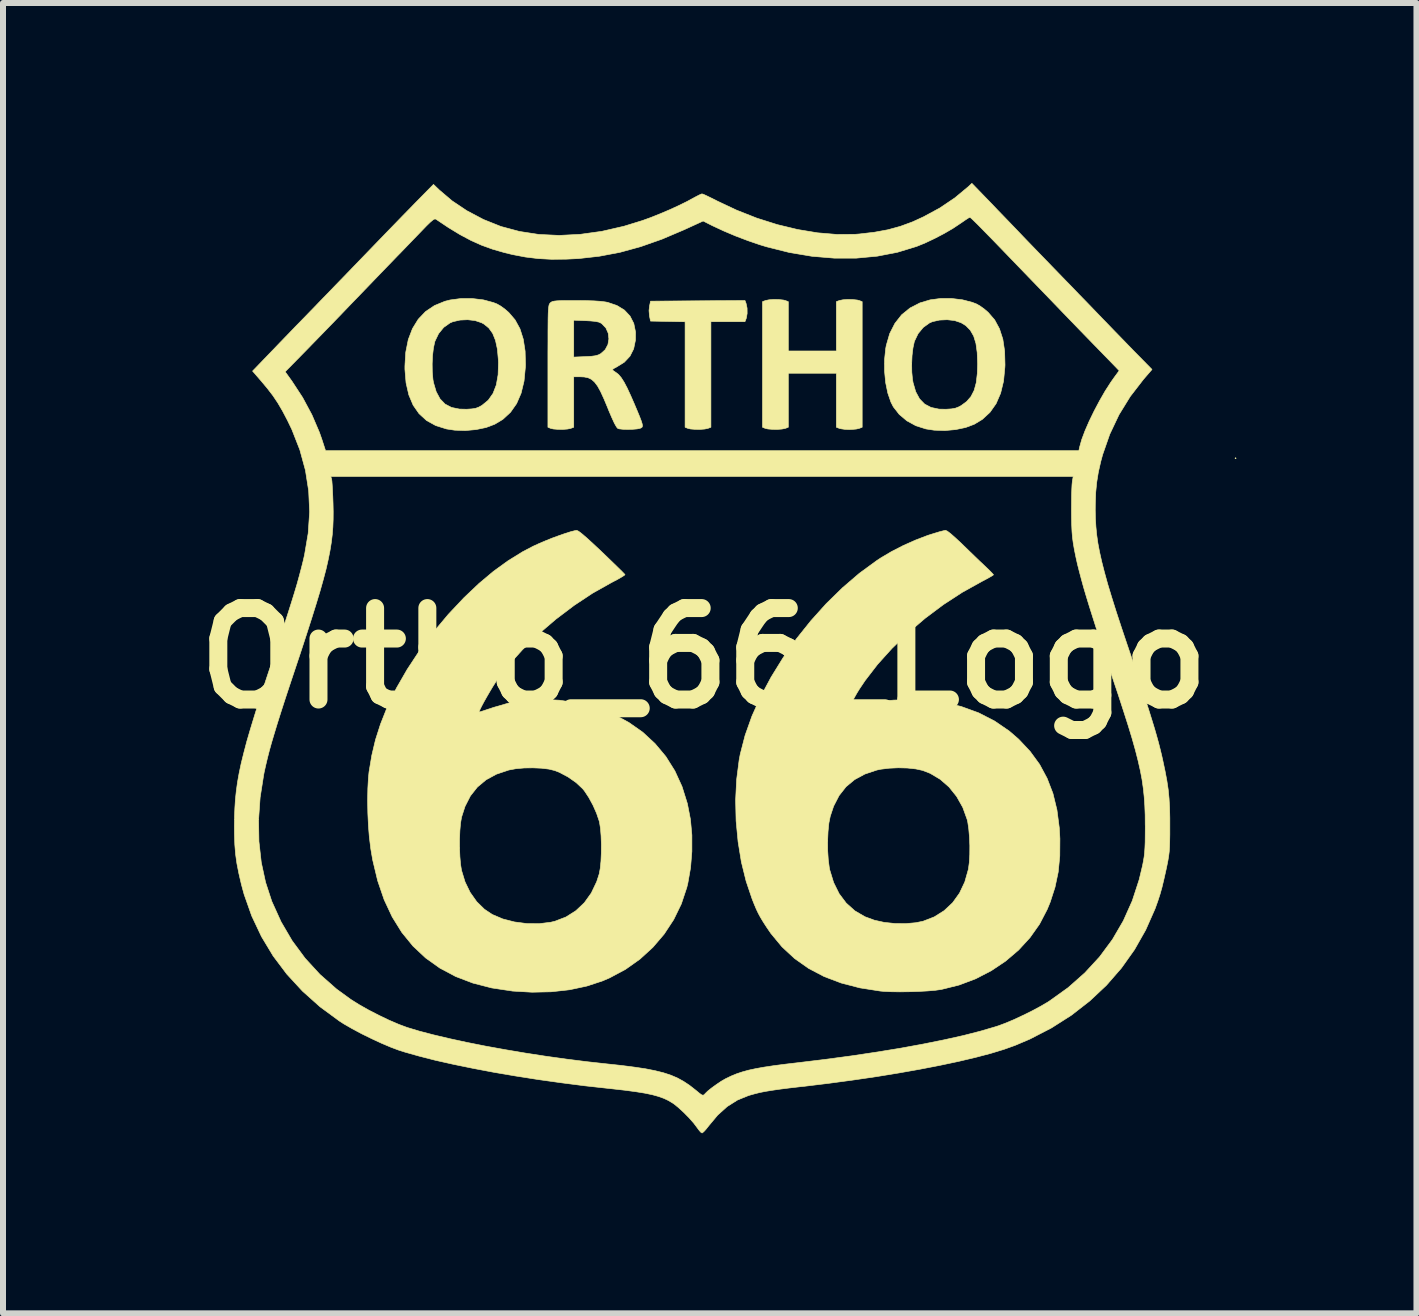
<source format=kicad_pcb>
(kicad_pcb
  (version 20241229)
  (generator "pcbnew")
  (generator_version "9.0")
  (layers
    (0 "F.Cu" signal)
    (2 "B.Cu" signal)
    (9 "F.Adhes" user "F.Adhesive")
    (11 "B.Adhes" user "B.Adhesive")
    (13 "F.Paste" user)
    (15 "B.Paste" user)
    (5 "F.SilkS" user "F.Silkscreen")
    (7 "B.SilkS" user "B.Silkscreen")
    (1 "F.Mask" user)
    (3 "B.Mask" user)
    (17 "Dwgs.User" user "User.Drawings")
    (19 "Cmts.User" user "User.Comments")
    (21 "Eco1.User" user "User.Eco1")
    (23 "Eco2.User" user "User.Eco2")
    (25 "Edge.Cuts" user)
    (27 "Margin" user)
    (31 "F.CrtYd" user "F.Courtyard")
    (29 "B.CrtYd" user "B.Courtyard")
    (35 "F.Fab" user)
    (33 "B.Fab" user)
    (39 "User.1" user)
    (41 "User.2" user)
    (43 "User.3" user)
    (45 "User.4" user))
  (footprint "Ortho_66_Logo"
    (layer "F.Cu")
    (at 8.68 7.918)
    (property "Reference" "Ortho_66_Logo" (at 0 0 0) (layer "F.SilkS") (effects (font (size 1.524 1.524) (thickness 0.3))))
    (attr through_hole)
    (fp_poly (pts (xy 8.87 -3.331) (xy 8.861 -3.322) (xy 8.851 -3.331) (xy 8.861 -3.341) (xy 8.87 -3.331)) (stroke (width 0.01) (type solid)) (fill yes) (layer "F.SilkS"))
    (fp_poly (pts (xy 0.704 -5.909) (xy 0.72 -5.833) (xy 0.721 -5.744) (xy 0.707 -5.665) (xy 0.704 -5.658) (xy 0.685 -5.608) (xy 0.117 -5.608) (xy 0.117 -3.848) (xy 0.067 -3.829) (xy 0.013 -3.818) (xy -0.064 -3.812) (xy -0.147 -3.813) (xy -0.222 -3.819) (xy -0.269 -3.83) (xy -0.313 -3.848) (xy -0.313 -5.606) (xy -0.889 -5.617) (xy -0.906 -5.7) (xy -0.914 -5.791) (xy -0.906 -5.866) (xy -0.889 -5.949) (xy -0.102 -5.955) (xy 0.685 -5.96) (xy 0.704 -5.909)) (stroke (width 0.01) (type solid)) (fill yes) (layer "F.SilkS"))
    (fp_poly (pts (xy 2.482 -5.976) (xy 2.556 -5.968) (xy 2.588 -5.96) (xy 2.638 -5.941) (xy 2.638 -3.848) (xy 2.588 -3.829) (xy 2.54 -3.818) (xy 2.472 -3.812) (xy 2.423 -3.81) (xy 2.35 -3.813) (xy 2.287 -3.822) (xy 2.258 -3.829) (xy 2.208 -3.848) (xy 2.208 -4.748) (xy 1.407 -4.748) (xy 1.407 -3.848) (xy 1.357 -3.829) (xy 1.302 -3.818) (xy 1.226 -3.812) (xy 1.142 -3.813) (xy 1.068 -3.819) (xy 1.021 -3.83) (xy 0.977 -3.848) (xy 0.977 -5.941) (xy 1.027 -5.96) (xy 1.086 -5.972) (xy 1.166 -5.978) (xy 1.251 -5.976) (xy 1.325 -5.968) (xy 1.357 -5.96) (xy 1.407 -5.941) (xy 1.407 -5.119) (xy 2.208 -5.119) (xy 2.208 -5.941) (xy 2.258 -5.96) (xy 2.317 -5.972) (xy 2.397 -5.978) (xy 2.482 -5.976)) (stroke (width 0.01) (type solid)) (fill yes) (layer "F.SilkS"))
    (fp_poly (pts (xy -3.676 -5.971) (xy -3.508 -5.926) (xy -3.449 -5.903) (xy -3.389 -5.869) (xy -3.318 -5.818) (xy -3.252 -5.761) (xy -3.146 -5.637) (xy -3.065 -5.489) (xy -3.01 -5.316) (xy -2.979 -5.116) (xy -2.973 -4.886) (xy -2.975 -4.847) (xy -2.997 -4.617) (xy -3.046 -4.415) (xy -3.121 -4.242) (xy -3.223 -4.097) (xy -3.351 -3.979) (xy -3.486 -3.898) (xy -3.629 -3.844) (xy -3.797 -3.809) (xy -3.975 -3.793) (xy -4.153 -3.799) (xy -4.291 -3.82) (xy -4.469 -3.876) (xy -4.621 -3.96) (xy -4.746 -4.074) (xy -4.845 -4.216) (xy -4.917 -4.387) (xy -4.963 -4.586) (xy -4.982 -4.814) (xy -4.982 -4.865) (xy -4.98 -4.904) (xy -4.528 -4.904) (xy -4.526 -4.766) (xy -4.515 -4.643) (xy -4.506 -4.592) (xy -4.461 -4.44) (xy -4.397 -4.321) (xy -4.313 -4.234) (xy -4.206 -4.178) (xy -4.074 -4.151) (xy -3.953 -4.148) (xy -3.865 -4.154) (xy -3.802 -4.164) (xy -3.75 -4.184) (xy -3.699 -4.212) (xy -3.594 -4.298) (xy -3.514 -4.411) (xy -3.459 -4.553) (xy -3.429 -4.723) (xy -3.423 -4.924) (xy -3.425 -4.971) (xy -3.441 -5.15) (xy -3.473 -5.297) (xy -3.52 -5.413) (xy -3.585 -5.503) (xy -3.67 -5.571) (xy -3.706 -5.59) (xy -3.813 -5.626) (xy -3.937 -5.64) (xy -4.065 -5.634) (xy -4.182 -5.607) (xy -4.23 -5.587) (xy -4.336 -5.512) (xy -4.421 -5.408) (xy -4.481 -5.283) (xy -4.485 -5.27) (xy -4.507 -5.168) (xy -4.522 -5.042) (xy -4.528 -4.904) (xy -4.98 -4.904) (xy -4.968 -5.099) (xy -4.926 -5.309) (xy -4.856 -5.492) (xy -4.76 -5.648) (xy -4.638 -5.776) (xy -4.489 -5.876) (xy -4.316 -5.947) (xy -4.23 -5.969) (xy -4.049 -5.993) (xy -3.86 -5.993) (xy -3.676 -5.971)) (stroke (width 0.01) (type solid)) (fill yes) (layer "F.SilkS"))
    (fp_poly (pts (xy 4.309 -5.972) (xy 4.474 -5.929) (xy 4.542 -5.903) (xy 4.602 -5.869) (xy 4.673 -5.818) (xy 4.739 -5.761) (xy 4.846 -5.637) (xy 4.926 -5.489) (xy 4.982 -5.316) (xy 5.012 -5.116) (xy 5.018 -4.886) (xy 5.016 -4.847) (xy 4.994 -4.617) (xy 4.945 -4.415) (xy 4.87 -4.242) (xy 4.768 -4.097) (xy 4.64 -3.979) (xy 4.506 -3.898) (xy 4.362 -3.844) (xy 4.195 -3.809) (xy 4.016 -3.793) (xy 3.838 -3.799) (xy 3.7 -3.82) (xy 3.533 -3.873) (xy 3.383 -3.955) (xy 3.256 -4.062) (xy 3.157 -4.189) (xy 3.117 -4.267) (xy 3.065 -4.418) (xy 3.029 -4.593) (xy 3.011 -4.783) (xy 3.011 -4.904) (xy 3.463 -4.904) (xy 3.465 -4.766) (xy 3.477 -4.643) (xy 3.486 -4.592) (xy 3.53 -4.44) (xy 3.594 -4.321) (xy 3.679 -4.234) (xy 3.786 -4.178) (xy 3.918 -4.15) (xy 4.036 -4.148) (xy 4.127 -4.154) (xy 4.193 -4.166) (xy 4.249 -4.188) (xy 4.286 -4.208) (xy 4.379 -4.276) (xy 4.451 -4.359) (xy 4.504 -4.462) (xy 4.539 -4.59) (xy 4.557 -4.746) (xy 4.562 -4.904) (xy 4.555 -5.091) (xy 4.534 -5.244) (xy 4.496 -5.368) (xy 4.44 -5.465) (xy 4.366 -5.541) (xy 4.286 -5.59) (xy 4.179 -5.626) (xy 4.054 -5.64) (xy 3.926 -5.634) (xy 3.81 -5.608) (xy 3.761 -5.587) (xy 3.656 -5.512) (xy 3.57 -5.408) (xy 3.51 -5.283) (xy 3.506 -5.27) (xy 3.484 -5.168) (xy 3.469 -5.042) (xy 3.463 -4.904) (xy 3.011 -4.904) (xy 3.011 -4.975) (xy 3.03 -5.159) (xy 3.04 -5.213) (xy 3.097 -5.409) (xy 3.183 -5.578) (xy 3.295 -5.721) (xy 3.435 -5.835) (xy 3.6 -5.92) (xy 3.771 -5.971) (xy 3.944 -5.994) (xy 4.128 -5.994) (xy 4.309 -5.972)) (stroke (width 0.01) (type solid)) (fill yes) (layer "F.SilkS"))
    (fp_poly (pts (xy -1.963 -5.958) (xy -1.832 -5.954) (xy -1.728 -5.947) (xy -1.646 -5.937) (xy -1.603 -5.929) (xy -1.45 -5.877) (xy -1.325 -5.801) (xy -1.231 -5.701) (xy -1.168 -5.578) (xy -1.139 -5.435) (xy -1.14 -5.301) (xy -1.17 -5.155) (xy -1.232 -5.032) (xy -1.326 -4.932) (xy -1.453 -4.853) (xy -1.453 -4.853) (xy -1.498 -4.829) (xy -1.522 -4.81) (xy -1.524 -4.807) (xy -1.509 -4.79) (xy -1.472 -4.765) (xy -1.467 -4.762) (xy -1.423 -4.728) (xy -1.378 -4.675) (xy -1.33 -4.6) (xy -1.277 -4.499) (xy -1.216 -4.367) (xy -1.164 -4.248) (xy -1.11 -4.12) (xy -1.07 -4.023) (xy -1.043 -3.952) (xy -1.028 -3.903) (xy -1.023 -3.871) (xy -1.029 -3.851) (xy -1.043 -3.839) (xy -1.064 -3.83) (xy -1.064 -3.83) (xy -1.113 -3.82) (xy -1.185 -3.814) (xy -1.268 -3.812) (xy -1.348 -3.814) (xy -1.411 -3.821) (xy -1.433 -3.827) (xy -1.456 -3.853) (xy -1.491 -3.915) (xy -1.537 -4.015) (xy -1.595 -4.151) (xy -1.6 -4.166) (xy -1.665 -4.321) (xy -1.721 -4.443) (xy -1.772 -4.535) (xy -1.822 -4.601) (xy -1.873 -4.646) (xy -1.93 -4.673) (xy -1.995 -4.686) (xy -2.06 -4.689) (xy -2.169 -4.689) (xy -2.169 -3.848) (xy -2.219 -3.829) (xy -2.273 -3.818) (xy -2.35 -3.812) (xy -2.433 -3.813) (xy -2.508 -3.819) (xy -2.555 -3.83) (xy -2.599 -3.848) (xy -2.599 -4.864) (xy -2.599 -5.017) (xy -2.169 -5.017) (xy -1.978 -5.025) (xy -1.88 -5.03) (xy -1.811 -5.039) (xy -1.76 -5.053) (xy -1.717 -5.075) (xy -1.716 -5.076) (xy -1.644 -5.141) (xy -1.599 -5.226) (xy -1.583 -5.32) (xy -1.594 -5.415) (xy -1.633 -5.503) (xy -1.7 -5.573) (xy -1.712 -5.582) (xy -1.751 -5.6) (xy -1.809 -5.612) (xy -1.893 -5.62) (xy -1.967 -5.624) (xy -2.169 -5.632) (xy -2.169 -5.017) (xy -2.599 -5.017) (xy -2.599 -5.09) (xy -2.598 -5.279) (xy -2.598 -5.436) (xy -2.597 -5.564) (xy -2.596 -5.665) (xy -2.594 -5.744) (xy -2.591 -5.803) (xy -2.587 -5.846) (xy -2.582 -5.876) (xy -2.577 -5.895) (xy -2.569 -5.909) (xy -2.561 -5.919) (xy -2.56 -5.92) (xy -2.544 -5.933) (xy -2.524 -5.943) (xy -2.493 -5.95) (xy -2.447 -5.955) (xy -2.379 -5.958) (xy -2.285 -5.959) (xy -2.158 -5.959) (xy -2.129 -5.959) (xy -1.963 -5.958)) (stroke (width 0.01) (type solid)) (fill yes) (layer "F.SilkS"))
    (fp_poly (pts (xy -2.088 -2.115) (xy -2.033 -2.073) (xy -1.951 -2.003) (xy -1.845 -1.906) (xy -1.713 -1.782) (xy -1.698 -1.768) (xy -1.597 -1.671) (xy -1.506 -1.583) (xy -1.429 -1.508) (xy -1.368 -1.448) (xy -1.329 -1.408) (xy -1.314 -1.392) (xy -1.329 -1.378) (xy -1.372 -1.351) (xy -1.438 -1.313) (xy -1.52 -1.27) (xy -1.539 -1.26) (xy -1.851 -1.085) (xy -2.161 -0.88) (xy -2.464 -0.651) (xy -2.753 -0.404) (xy -3.02 -0.144) (xy -3.261 0.123) (xy -3.436 0.349) (xy -3.474 0.405) (xy -3.52 0.478) (xy -3.569 0.56) (xy -3.619 0.646) (xy -3.665 0.728) (xy -3.704 0.801) (xy -3.732 0.858) (xy -3.746 0.892) (xy -3.745 0.899) (xy -3.724 0.893) (xy -3.673 0.877) (xy -3.601 0.853) (xy -3.513 0.824) (xy -3.504 0.821) (xy -3.253 0.748) (xy -3.02 0.703) (xy -2.797 0.685) (xy -2.747 0.684) (xy -2.407 0.701) (xy -2.085 0.749) (xy -1.784 0.828) (xy -1.505 0.935) (xy -1.25 1.072) (xy -1.018 1.235) (xy -0.813 1.425) (xy -0.634 1.639) (xy -0.484 1.878) (xy -0.364 2.14) (xy -0.275 2.424) (xy -0.224 2.687) (xy -0.2 2.948) (xy -0.2 3.221) (xy -0.222 3.493) (xy -0.267 3.749) (xy -0.284 3.82) (xy -0.376 4.096) (xy -0.503 4.357) (xy -0.662 4.599) (xy -0.85 4.819) (xy -1.066 5.016) (xy -1.307 5.187) (xy -1.571 5.328) (xy -1.69 5.379) (xy -1.952 5.465) (xy -2.238 5.526) (xy -2.544 5.56) (xy -2.863 5.567) (xy -3.19 5.548) (xy -3.195 5.547) (xy -3.534 5.496) (xy -3.849 5.415) (xy -4.137 5.305) (xy -4.4 5.165) (xy -4.637 4.996) (xy -4.848 4.798) (xy -5.034 4.57) (xy -5.194 4.312) (xy -5.328 4.026) (xy -5.436 3.71) (xy -5.519 3.364) (xy -5.551 3.177) (xy -5.571 3.014) (xy -4.072 3.014) (xy -4.072 3.163) (xy -4.066 3.307) (xy -4.055 3.436) (xy -4.039 3.536) (xy -3.98 3.729) (xy -3.895 3.904) (xy -3.786 4.058) (xy -3.658 4.184) (xy -3.526 4.272) (xy -3.352 4.346) (xy -3.157 4.396) (xy -2.951 4.423) (xy -2.746 4.425) (xy -2.552 4.401) (xy -2.481 4.384) (xy -2.297 4.313) (xy -2.133 4.209) (xy -1.992 4.076) (xy -1.876 3.914) (xy -1.786 3.725) (xy -1.744 3.595) (xy -1.727 3.503) (xy -1.715 3.384) (xy -1.709 3.247) (xy -1.708 3.103) (xy -1.713 2.963) (xy -1.723 2.837) (xy -1.739 2.737) (xy -1.744 2.716) (xy -1.788 2.586) (xy -1.848 2.45) (xy -1.919 2.32) (xy -1.992 2.21) (xy -2.021 2.175) (xy -2.129 2.074) (xy -2.263 1.98) (xy -2.408 1.903) (xy -2.485 1.873) (xy -2.583 1.849) (xy -2.708 1.834) (xy -2.849 1.828) (xy -2.994 1.83) (xy -3.131 1.842) (xy -3.249 1.864) (xy -3.253 1.865) (xy -3.456 1.933) (xy -3.629 2.027) (xy -3.774 2.148) (xy -3.891 2.296) (xy -3.981 2.472) (xy -4.038 2.649) (xy -4.055 2.747) (xy -4.066 2.872) (xy -4.072 3.014) (xy -5.571 3.014) (xy -5.574 2.995) (xy -5.59 2.793) (xy -5.6 2.581) (xy -5.604 2.371) (xy -5.6 2.172) (xy -5.59 1.994) (xy -5.58 1.895) (xy -5.534 1.62) (xy -5.472 1.359) (xy -5.389 1.1) (xy -5.282 0.829) (xy -5.273 0.809) (xy -5.125 0.502) (xy -4.945 0.189) (xy -4.738 -0.126) (xy -4.507 -0.434) (xy -4.258 -0.731) (xy -3.998 -1.007) (xy -3.748 -1.244) (xy -3.505 -1.448) (xy -3.263 -1.623) (xy -3.019 -1.774) (xy -2.843 -1.866) (xy -2.749 -1.909) (xy -2.641 -1.955) (xy -2.527 -2.001) (xy -2.412 -2.043) (xy -2.306 -2.08) (xy -2.216 -2.108) (xy -2.148 -2.125) (xy -2.118 -2.129) (xy -2.088 -2.115)) (stroke (width 0.01) (type solid)) (fill yes) (layer "F.SilkS"))
    (fp_poly (pts (xy 4.058 -2.116) (xy 4.112 -2.075) (xy 4.188 -2.008) (xy 4.284 -1.919) (xy 4.325 -1.879) (xy 4.418 -1.789) (xy 4.51 -1.7) (xy 4.596 -1.617) (xy 4.667 -1.55) (xy 4.704 -1.515) (xy 4.759 -1.462) (xy 4.801 -1.419) (xy 4.824 -1.393) (xy 4.826 -1.389) (xy 4.81 -1.376) (xy 4.765 -1.35) (xy 4.7 -1.314) (xy 4.626 -1.275) (xy 4.306 -1.097) (xy 3.991 -0.892) (xy 3.688 -0.665) (xy 3.401 -0.42) (xy 3.135 -0.163) (xy 2.895 0.103) (xy 2.687 0.373) (xy 2.593 0.513) (xy 2.551 0.581) (xy 2.508 0.657) (xy 2.467 0.733) (xy 2.432 0.803) (xy 2.407 0.858) (xy 2.395 0.892) (xy 2.396 0.899) (xy 2.419 0.893) (xy 2.469 0.876) (xy 2.535 0.853) (xy 2.547 0.849) (xy 2.631 0.821) (xy 2.734 0.789) (xy 2.841 0.758) (xy 2.882 0.747) (xy 2.958 0.728) (xy 3.024 0.714) (xy 3.091 0.705) (xy 3.166 0.699) (xy 3.26 0.696) (xy 3.38 0.695) (xy 3.429 0.695) (xy 3.601 0.697) (xy 3.742 0.703) (xy 3.862 0.714) (xy 3.969 0.729) (xy 3.972 0.73) (xy 4.286 0.805) (xy 4.578 0.911) (xy 4.845 1.048) (xy 5.089 1.215) (xy 5.245 1.35) (xy 5.436 1.553) (xy 5.594 1.769) (xy 5.72 2.003) (xy 5.817 2.255) (xy 5.884 2.53) (xy 5.923 2.829) (xy 5.933 3.009) (xy 5.931 3.298) (xy 5.905 3.564) (xy 5.852 3.816) (xy 5.772 4.064) (xy 5.721 4.188) (xy 5.594 4.432) (xy 5.434 4.658) (xy 5.245 4.864) (xy 5.028 5.049) (xy 4.789 5.209) (xy 4.53 5.343) (xy 4.254 5.447) (xy 3.965 5.519) (xy 3.956 5.521) (xy 3.857 5.535) (xy 3.728 5.546) (xy 3.581 5.554) (xy 3.424 5.559) (xy 3.267 5.561) (xy 3.122 5.559) (xy 2.997 5.553) (xy 2.941 5.548) (xy 2.601 5.495) (xy 2.289 5.414) (xy 2.004 5.306) (xy 1.745 5.17) (xy 1.511 5.005) (xy 1.302 4.811) (xy 1.117 4.588) (xy 1.046 4.484) (xy 0.988 4.394) (xy 0.944 4.321) (xy 0.908 4.255) (xy 0.874 4.184) (xy 0.837 4.096) (xy 0.804 4.013) (xy 0.704 3.717) (xy 0.625 3.397) (xy 0.57 3.059) (xy 0.569 3.047) (xy 2.062 3.047) (xy 2.063 3.207) (xy 2.073 3.359) (xy 2.09 3.491) (xy 2.097 3.527) (xy 2.162 3.739) (xy 2.254 3.925) (xy 2.372 4.082) (xy 2.516 4.211) (xy 2.684 4.309) (xy 2.841 4.367) (xy 3.004 4.403) (xy 3.182 4.422) (xy 3.362 4.424) (xy 3.531 4.409) (xy 3.653 4.384) (xy 3.839 4.312) (xy 4.004 4.208) (xy 4.145 4.076) (xy 4.26 3.916) (xy 4.348 3.73) (xy 4.407 3.522) (xy 4.408 3.519) (xy 4.423 3.408) (xy 4.431 3.274) (xy 4.432 3.127) (xy 4.426 2.98) (xy 4.414 2.843) (xy 4.397 2.728) (xy 4.387 2.687) (xy 4.314 2.486) (xy 4.212 2.305) (xy 4.086 2.148) (xy 3.938 2.019) (xy 3.772 1.92) (xy 3.646 1.871) (xy 3.532 1.846) (xy 3.392 1.831) (xy 3.24 1.827) (xy 3.088 1.834) (xy 2.949 1.851) (xy 2.882 1.865) (xy 2.682 1.932) (xy 2.512 2.024) (xy 2.369 2.143) (xy 2.253 2.291) (xy 2.162 2.467) (xy 2.106 2.635) (xy 2.083 2.749) (xy 2.069 2.891) (xy 2.062 3.047) (xy 0.569 3.047) (xy 0.537 2.713) (xy 0.529 2.365) (xy 0.546 2.023) (xy 0.588 1.696) (xy 0.606 1.6) (xy 0.687 1.287) (xy 0.801 0.966) (xy 0.947 0.64) (xy 1.121 0.315) (xy 1.32 -0.007) (xy 1.541 -0.321) (xy 1.782 -0.622) (xy 2.039 -0.908) (xy 2.31 -1.173) (xy 2.591 -1.414) (xy 2.881 -1.626) (xy 2.946 -1.669) (xy 3.123 -1.774) (xy 3.323 -1.877) (xy 3.53 -1.969) (xy 3.729 -2.045) (xy 3.754 -2.053) (xy 3.846 -2.082) (xy 3.929 -2.107) (xy 3.992 -2.123) (xy 4.027 -2.13) (xy 4.028 -2.13) (xy 4.058 -2.116)) (stroke (width 0.01) (type solid)) (fill yes) (layer "F.SilkS"))
    (fp_poly (pts (xy 4.798 -7.57) (xy 4.895 -7.468) (xy 4.989 -7.371) (xy 5.074 -7.283) (xy 5.145 -7.209) (xy 5.197 -7.155) (xy 5.216 -7.135) (xy 5.257 -7.092) (xy 5.32 -7.026) (xy 5.397 -6.946) (xy 5.484 -6.856) (xy 5.567 -6.77) (xy 5.666 -6.668) (xy 5.783 -6.547) (xy 5.908 -6.418) (xy 6.031 -6.291) (xy 6.143 -6.176) (xy 6.145 -6.174) (xy 6.258 -6.056) (xy 6.385 -5.926) (xy 6.514 -5.792) (xy 6.636 -5.665) (xy 6.74 -5.558) (xy 6.844 -5.45) (xy 6.958 -5.333) (xy 7.071 -5.216) (xy 7.174 -5.11) (xy 7.245 -5.038) (xy 7.468 -4.811) (xy 7.327 -4.648) (xy 7.106 -4.362) (xy 6.918 -4.057) (xy 6.764 -3.732) (xy 6.645 -3.391) (xy 6.614 -3.277) (xy 6.574 -3.101) (xy 6.547 -2.934) (xy 6.53 -2.763) (xy 6.523 -2.574) (xy 6.522 -2.462) (xy 6.525 -2.326) (xy 6.533 -2.193) (xy 6.546 -2.058) (xy 6.566 -1.917) (xy 6.594 -1.769) (xy 6.63 -1.608) (xy 6.675 -1.432) (xy 6.729 -1.236) (xy 6.795 -1.018) (xy 6.872 -0.773) (xy 6.962 -0.499) (xy 7.054 -0.225) (xy 7.15 0.059) (xy 7.233 0.31) (xy 7.306 0.53) (xy 7.37 0.724) (xy 7.424 0.895) (xy 7.471 1.046) (xy 7.512 1.18) (xy 7.547 1.302) (xy 7.578 1.414) (xy 7.605 1.521) (xy 7.63 1.624) (xy 7.647 1.7) (xy 7.686 1.884) (xy 7.716 2.044) (xy 7.738 2.191) (xy 7.752 2.335) (xy 7.761 2.489) (xy 7.765 2.663) (xy 7.765 2.794) (xy 7.765 2.939) (xy 7.763 3.054) (xy 7.76 3.146) (xy 7.755 3.224) (xy 7.746 3.296) (xy 7.734 3.37) (xy 7.717 3.456) (xy 7.702 3.527) (xy 7.666 3.687) (xy 7.634 3.82) (xy 7.601 3.937) (xy 7.565 4.048) (xy 7.523 4.165) (xy 7.517 4.181) (xy 7.363 4.529) (xy 7.177 4.857) (xy 6.958 5.165) (xy 6.709 5.451) (xy 6.43 5.713) (xy 6.124 5.951) (xy 5.791 6.163) (xy 5.433 6.348) (xy 5.186 6.453) (xy 5.002 6.519) (xy 4.782 6.586) (xy 4.528 6.653) (xy 4.244 6.72) (xy 3.933 6.786) (xy 3.598 6.851) (xy 3.242 6.914) (xy 2.868 6.975) (xy 2.478 7.032) (xy 2.076 7.086) (xy 1.665 7.136) (xy 1.614 7.141) (xy 1.424 7.163) (xy 1.267 7.183) (xy 1.136 7.202) (xy 1.026 7.22) (xy 0.93 7.239) (xy 0.843 7.261) (xy 0.758 7.285) (xy 0.747 7.288) (xy 0.562 7.363) (xy 0.39 7.471) (xy 0.23 7.615) (xy 0.083 7.791) (xy 0.037 7.849) (xy -0.002 7.892) (xy -0.028 7.912) (xy -0.03 7.913) (xy -0.054 7.898) (xy -0.087 7.859) (xy -0.108 7.83) (xy -0.168 7.75) (xy -0.248 7.659) (xy -0.339 7.567) (xy -0.429 7.485) (xy -0.508 7.422) (xy -0.518 7.416) (xy -0.589 7.373) (xy -0.667 7.336) (xy -0.756 7.304) (xy -0.861 7.275) (xy -0.986 7.249) (xy -1.135 7.225) (xy -1.314 7.201) (xy -1.526 7.177) (xy -1.592 7.17) (xy -1.982 7.127) (xy -2.371 7.077) (xy -2.757 7.023) (xy -3.133 6.964) (xy -3.498 6.902) (xy -3.846 6.836) (xy -4.173 6.769) (xy -4.476 6.701) (xy -4.749 6.631) (xy -4.99 6.563) (xy -5.09 6.531) (xy -5.22 6.482) (xy -5.373 6.417) (xy -5.537 6.341) (xy -5.704 6.259) (xy -5.861 6.175) (xy -6 6.095) (xy -6.076 6.046) (xy -6.398 5.809) (xy -6.689 5.549) (xy -6.95 5.266) (xy -7.178 4.963) (xy -7.373 4.639) (xy -7.535 4.296) (xy -7.662 3.936) (xy -7.707 3.771) (xy -7.75 3.586) (xy -7.782 3.423) (xy -7.804 3.267) (xy -7.817 3.107) (xy -7.823 2.93) (xy -7.824 2.794) (xy -7.822 2.692) (xy -7.421 2.692) (xy -7.415 3.054) (xy -7.376 3.404) (xy -7.304 3.737) (xy -7.201 4.052) (xy -7.2 4.054) (xy -7.046 4.394) (xy -6.861 4.71) (xy -6.645 5.002) (xy -6.398 5.271) (xy -6.121 5.515) (xy -5.883 5.688) (xy -5.746 5.774) (xy -5.587 5.864) (xy -5.416 5.952) (xy -5.245 6.034) (xy -5.084 6.103) (xy -4.947 6.154) (xy -4.745 6.215) (xy -4.508 6.277) (xy -4.242 6.34) (xy -3.951 6.403) (xy -3.64 6.465) (xy -3.314 6.524) (xy -2.977 6.581) (xy -2.634 6.634) (xy -2.289 6.682) (xy -1.948 6.725) (xy -1.631 6.76) (xy -1.379 6.787) (xy -1.161 6.815) (xy -0.973 6.843) (xy -0.812 6.875) (xy -0.672 6.91) (xy -0.55 6.95) (xy -0.44 6.997) (xy -0.34 7.052) (xy -0.243 7.116) (xy -0.147 7.191) (xy -0.127 7.207) (xy -0.07 7.254) (xy -0.034 7.279) (xy -0.011 7.284) (xy 0.008 7.272) (xy 0.021 7.257) (xy 0.064 7.215) (xy 0.13 7.162) (xy 0.209 7.105) (xy 0.289 7.051) (xy 0.36 7.01) (xy 0.366 7.007) (xy 0.455 6.964) (xy 0.545 6.927) (xy 0.641 6.895) (xy 0.746 6.866) (xy 0.867 6.84) (xy 1.007 6.815) (xy 1.173 6.79) (xy 1.368 6.765) (xy 1.573 6.741) (xy 2.027 6.686) (xy 2.466 6.627) (xy 2.886 6.564) (xy 3.284 6.499) (xy 3.659 6.43) (xy 4.006 6.36) (xy 4.324 6.289) (xy 4.609 6.216) (xy 4.858 6.143) (xy 4.914 6.125) (xy 5.031 6.081) (xy 5.171 6.022) (xy 5.322 5.951) (xy 5.474 5.876) (xy 5.615 5.8) (xy 5.736 5.729) (xy 5.76 5.713) (xy 6.07 5.491) (xy 6.348 5.245) (xy 6.595 4.977) (xy 6.809 4.688) (xy 6.99 4.377) (xy 7.139 4.044) (xy 7.254 3.692) (xy 7.31 3.458) (xy 7.325 3.381) (xy 7.337 3.31) (xy 7.345 3.239) (xy 7.35 3.161) (xy 7.354 3.067) (xy 7.355 2.95) (xy 7.356 2.803) (xy 7.355 2.774) (xy 7.354 2.613) (xy 7.348 2.461) (xy 7.338 2.315) (xy 7.323 2.171) (xy 7.302 2.024) (xy 7.273 1.872) (xy 7.236 1.709) (xy 7.191 1.532) (xy 7.136 1.337) (xy 7.07 1.12) (xy 6.992 0.876) (xy 6.903 0.602) (xy 6.845 0.43) (xy 6.74 0.114) (xy 6.647 -0.168) (xy 6.564 -0.42) (xy 6.493 -0.643) (xy 6.43 -0.842) (xy 6.376 -1.018) (xy 6.329 -1.176) (xy 6.29 -1.318) (xy 6.256 -1.447) (xy 6.226 -1.565) (xy 6.201 -1.677) (xy 6.179 -1.785) (xy 6.171 -1.827) (xy 6.155 -1.921) (xy 6.143 -2.011) (xy 6.135 -2.104) (xy 6.13 -2.21) (xy 6.127 -2.339) (xy 6.126 -2.462) (xy 6.127 -2.589) (xy 6.128 -2.708) (xy 6.131 -2.811) (xy 6.135 -2.892) (xy 6.14 -2.941) (xy 6.14 -2.945) (xy 6.155 -3.028) (xy -6.218 -3.028) (xy -6.204 -2.985) (xy -6.199 -2.951) (xy -6.194 -2.886) (xy -6.189 -2.797) (xy -6.184 -2.689) (xy -6.18 -2.579) (xy -6.177 -2.442) (xy -6.178 -2.311) (xy -6.183 -2.184) (xy -6.193 -2.057) (xy -6.209 -1.926) (xy -6.231 -1.79) (xy -6.26 -1.644) (xy -6.296 -1.485) (xy -6.342 -1.311) (xy -6.396 -1.119) (xy -6.461 -0.904) (xy -6.536 -0.664) (xy -6.622 -0.396) (xy -6.72 -0.096) (xy -6.799 0.141) (xy -6.893 0.423) (xy -6.975 0.671) (xy -7.046 0.891) (xy -7.107 1.084) (xy -7.159 1.255) (xy -7.204 1.406) (xy -7.242 1.543) (xy -7.274 1.668) (xy -7.302 1.786) (xy -7.327 1.898) (xy -7.336 1.946) (xy -7.395 2.322) (xy -7.421 2.692) (xy -7.822 2.692) (xy -7.822 2.642) (xy -7.816 2.497) (xy -7.807 2.355) (xy -7.792 2.213) (xy -7.772 2.068) (xy -7.745 1.917) (xy -7.711 1.756) (xy -7.668 1.582) (xy -7.618 1.391) (xy -7.557 1.182) (xy -7.486 0.949) (xy -7.405 0.691) (xy -7.311 0.403) (xy -7.205 0.083) (xy -7.17 -0.02) (xy -7.079 -0.292) (xy -7 -0.532) (xy -6.932 -0.743) (xy -6.873 -0.929) (xy -6.822 -1.094) (xy -6.778 -1.241) (xy -6.741 -1.376) (xy -6.708 -1.501) (xy -6.678 -1.62) (xy -6.655 -1.721) (xy -6.594 -2.081) (xy -6.57 -2.436) (xy -6.586 -2.786) (xy -6.64 -3.131) (xy -6.733 -3.471) (xy -6.865 -3.808) (xy -6.939 -3.962) (xy -7.022 -4.12) (xy -7.1 -4.253) (xy -7.181 -4.374) (xy -7.274 -4.495) (xy -7.382 -4.624) (xy -7.511 -4.773) (xy -6.978 -4.773) (xy -6.867 -4.619) (xy -6.687 -4.344) (xy -6.532 -4.055) (xy -6.407 -3.763) (xy -6.367 -3.649) (xy -6.305 -3.458) (xy 6.249 -3.458) (xy 6.263 -3.522) (xy 6.297 -3.643) (xy 6.351 -3.787) (xy 6.421 -3.948) (xy 6.503 -4.117) (xy 6.593 -4.287) (xy 6.687 -4.451) (xy 6.783 -4.6) (xy 6.843 -4.685) (xy 6.921 -4.791) (xy 6.748 -4.97) (xy 6.498 -5.227) (xy 6.251 -5.481) (xy 6 -5.741) (xy 5.737 -6.014) (xy 5.455 -6.306) (xy 5.422 -6.34) (xy 5.232 -6.537) (xy 5.068 -6.707) (xy 4.927 -6.853) (xy 4.808 -6.976) (xy 4.709 -7.077) (xy 4.629 -7.159) (xy 4.565 -7.224) (xy 4.515 -7.273) (xy 4.479 -7.308) (xy 4.454 -7.331) (xy 4.439 -7.343) (xy 4.432 -7.346) (xy 4.41 -7.336) (xy 4.365 -7.307) (xy 4.304 -7.265) (xy 4.267 -7.24) (xy 4.147 -7.16) (xy 4.002 -7.076) (xy 3.845 -6.994) (xy 3.689 -6.92) (xy 3.547 -6.862) (xy 3.544 -6.861) (xy 3.226 -6.764) (xy 2.89 -6.699) (xy 2.539 -6.666) (xy 2.175 -6.666) (xy 1.803 -6.697) (xy 1.426 -6.76) (xy 1.047 -6.855) (xy 0.928 -6.891) (xy 0.73 -6.959) (xy 0.525 -7.037) (xy 0.329 -7.12) (xy 0.155 -7.201) (xy 0.142 -7.207) (xy -0.012 -7.285) (xy -0.331 -7.139) (xy -0.7 -6.982) (xy -1.053 -6.858) (xy -1.399 -6.763) (xy -1.742 -6.698) (xy -2.088 -6.659) (xy -2.296 -6.649) (xy -2.541 -6.647) (xy -2.763 -6.659) (xy -2.975 -6.685) (xy -3.19 -6.726) (xy -3.329 -6.76) (xy -3.523 -6.816) (xy -3.705 -6.882) (xy -3.883 -6.962) (xy -4.065 -7.059) (xy -4.259 -7.177) (xy -4.468 -7.317) (xy -4.486 -7.319) (xy -4.515 -7.303) (xy -4.558 -7.267) (xy -4.621 -7.206) (xy -4.674 -7.151) (xy -4.75 -7.072) (xy -4.844 -6.975) (xy -4.946 -6.869) (xy -5.048 -6.763) (xy -5.108 -6.702) (xy -5.183 -6.624) (xy -5.28 -6.524) (xy -5.393 -6.407) (xy -5.518 -6.277) (xy -5.649 -6.141) (xy -5.781 -6.004) (xy -5.881 -5.901) (xy -6.012 -5.764) (xy -6.148 -5.623) (xy -6.283 -5.484) (xy -6.413 -5.35) (xy -6.53 -5.23) (xy -6.63 -5.127) (xy -6.688 -5.068) (xy -6.978 -4.773) (xy -7.511 -4.773) (xy -7.521 -4.784) (xy -7.176 -5.142) (xy -7.061 -5.262) (xy -6.936 -5.391) (xy -6.809 -5.523) (xy -6.688 -5.647) (xy -6.584 -5.754) (xy -6.556 -5.783) (xy -6.48 -5.861) (xy -6.382 -5.963) (xy -6.266 -6.082) (xy -6.138 -6.215) (xy -6.001 -6.356) (xy -5.862 -6.5) (xy -5.725 -6.642) (xy -5.696 -6.672) (xy -5.558 -6.815) (xy -5.416 -6.962) (xy -5.275 -7.108) (xy -5.14 -7.247) (xy -5.016 -7.375) (xy -4.908 -7.485) (xy -4.822 -7.574) (xy -4.809 -7.587) (xy -4.506 -7.895) (xy -4.407 -7.8) (xy -4.196 -7.621) (xy -3.951 -7.457) (xy -3.673 -7.31) (xy -3.383 -7.194) (xy -3.074 -7.111) (xy -2.75 -7.061) (xy -2.411 -7.045) (xy -2.06 -7.063) (xy -1.7 -7.113) (xy -1.331 -7.198) (xy -1.026 -7.292) (xy -0.882 -7.344) (xy -0.725 -7.407) (xy -0.565 -7.475) (xy -0.413 -7.545) (xy -0.281 -7.61) (xy -0.211 -7.648) (xy -0.139 -7.687) (xy -0.079 -7.718) (xy -0.04 -7.735) (xy -0.031 -7.737) (xy -0.005 -7.729) (xy 0.047 -7.705) (xy 0.119 -7.67) (xy 0.204 -7.628) (xy 0.216 -7.621) (xy 0.545 -7.466) (xy 0.882 -7.333) (xy 1.223 -7.225) (xy 1.563 -7.143) (xy 1.895 -7.088) (xy 2.216 -7.061) (xy 2.519 -7.063) (xy 2.594 -7.069) (xy 2.843 -7.098) (xy 3.066 -7.139) (xy 3.274 -7.196) (xy 3.478 -7.271) (xy 3.663 -7.356) (xy 3.934 -7.503) (xy 4.183 -7.671) (xy 4.402 -7.853) (xy 4.407 -7.857) (xy 4.466 -7.913) (xy 4.798 -7.57)) (stroke (width 0.01) (type solid)) (fill yes) (layer "F.SilkS")))
  (gr_rect
    (start -3 -3)
    (end 20.555 18.836)
    (stroke (width 0.1) (type default))
    (fill no)
    (layer "Edge.Cuts")))
</source>
